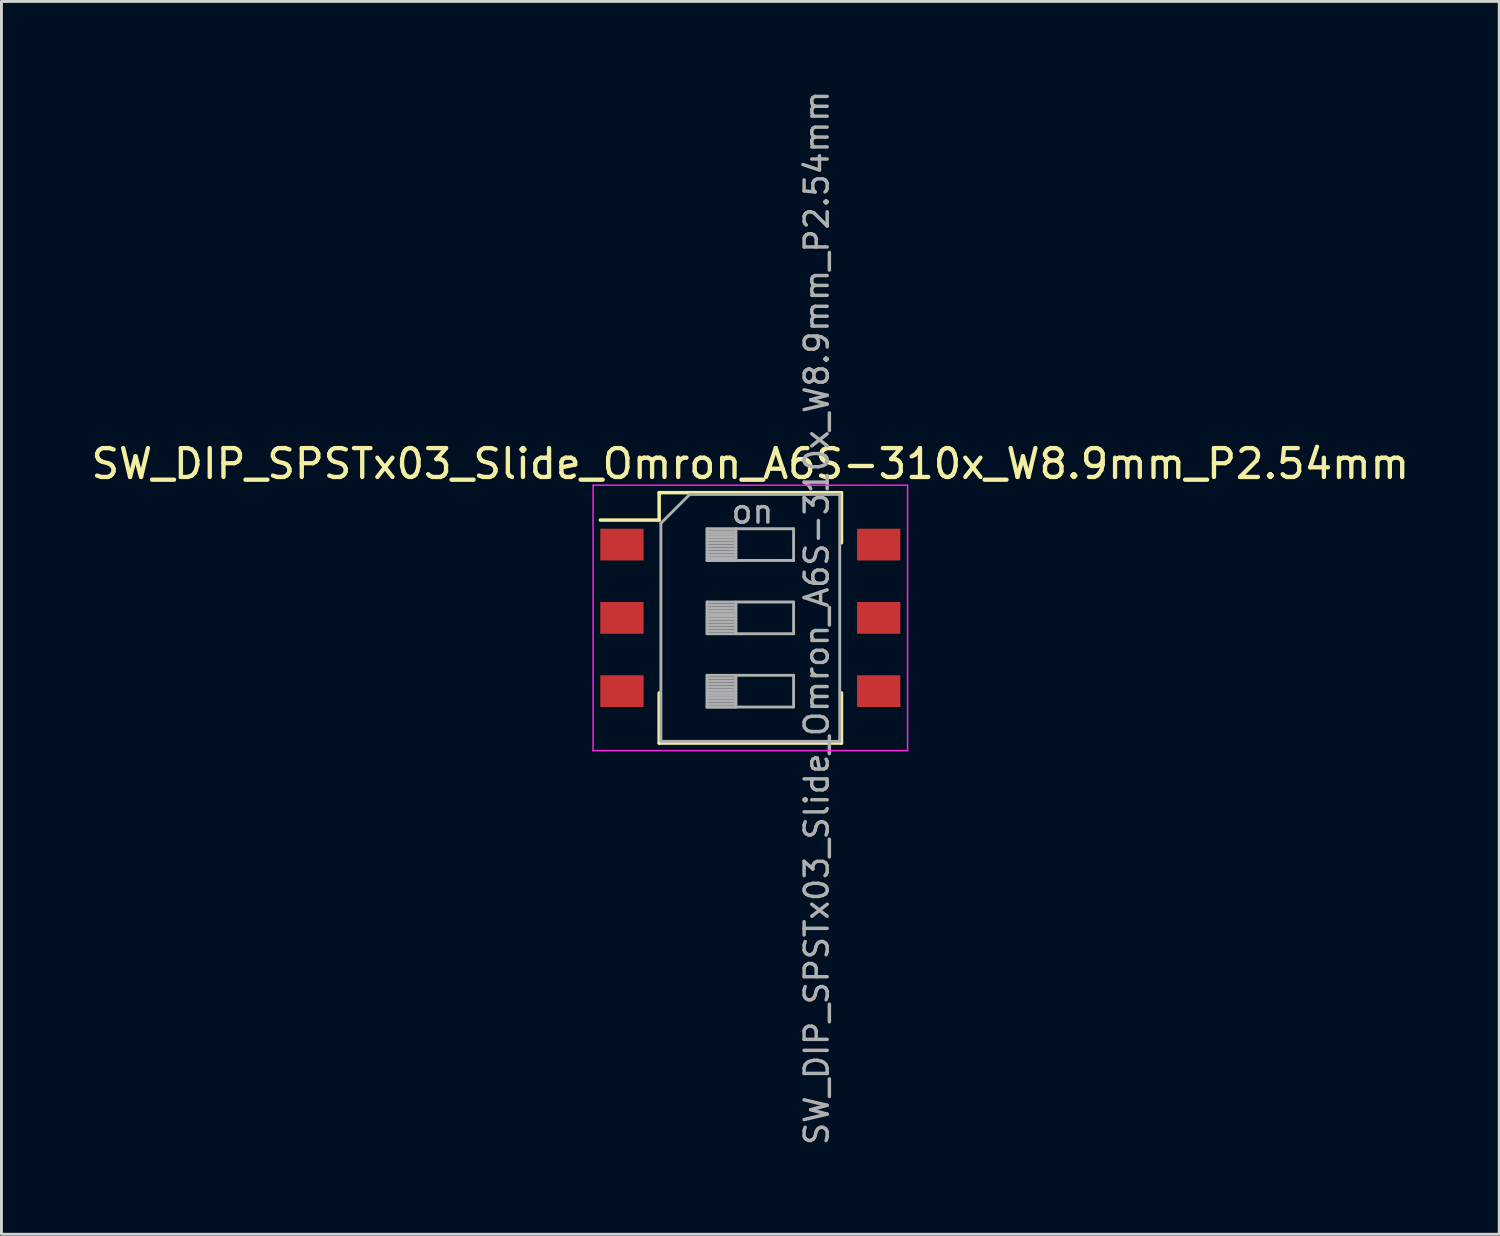
<source format=kicad_pcb>
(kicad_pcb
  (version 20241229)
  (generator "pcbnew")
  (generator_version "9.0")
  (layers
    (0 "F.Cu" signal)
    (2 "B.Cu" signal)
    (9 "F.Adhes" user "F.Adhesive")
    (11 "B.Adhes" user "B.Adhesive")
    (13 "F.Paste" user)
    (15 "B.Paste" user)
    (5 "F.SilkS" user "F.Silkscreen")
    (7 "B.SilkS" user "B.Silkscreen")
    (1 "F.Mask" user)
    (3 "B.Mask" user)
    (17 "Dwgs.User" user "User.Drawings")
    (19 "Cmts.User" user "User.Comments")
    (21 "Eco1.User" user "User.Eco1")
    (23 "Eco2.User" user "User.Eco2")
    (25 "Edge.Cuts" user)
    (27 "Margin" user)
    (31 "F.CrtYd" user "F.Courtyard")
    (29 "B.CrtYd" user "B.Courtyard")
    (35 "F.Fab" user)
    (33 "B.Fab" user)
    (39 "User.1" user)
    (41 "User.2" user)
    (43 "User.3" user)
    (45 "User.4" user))
  (footprint "SW_DIP_SPSTx03_Slide_Omron_A6S-310x_W8.9mm_P2.54mm"
    (layer "F.Cu")
    (at 22.958 18.367)
    (property "Reference" "SW_DIP_SPSTx03_Slide_Omron_A6S-310x_W8.9mm_P2.54mm" (at 0 -5.34 0) (layer "F.SilkS") (effects (font (size 1 1) (thickness 0.15))))
    (attr smd)
    (fp_line (start -5.2 -3.391) (end -3.16 -3.391) (stroke (width 0.12) (type solid)) (layer "F.SilkS"))
    (fp_line (start -3.16 -4.34) (end -3.16 -3.391) (stroke (width 0.12) (type solid)) (layer "F.SilkS"))
    (fp_line (start -3.16 -4.34) (end 3.16 -4.34) (stroke (width 0.12) (type solid)) (layer "F.SilkS"))
    (fp_line (start -3.16 2.6) (end -3.16 4.34) (stroke (width 0.12) (type solid)) (layer "F.SilkS"))
    (fp_line (start -3.16 4.34) (end 3.16 4.34) (stroke (width 0.12) (type solid)) (layer "F.SilkS"))
    (fp_line (start 3.16 -4.34) (end 3.16 -2.601) (stroke (width 0.12) (type solid)) (layer "F.SilkS"))
    (fp_line (start 3.16 2.6) (end 3.16 4.34) (stroke (width 0.12) (type solid)) (layer "F.SilkS"))
    (fp_line (start -5.45 -4.6) (end -5.45 4.6) (stroke (width 0.05) (type solid)) (layer "F.CrtYd"))
    (fp_line (start -5.45 4.6) (end 5.45 4.6) (stroke (width 0.05) (type solid)) (layer "F.CrtYd"))
    (fp_line (start 5.45 -4.6) (end -5.45 -4.6) (stroke (width 0.05) (type solid)) (layer "F.CrtYd"))
    (fp_line (start 5.45 4.6) (end 5.45 -4.6) (stroke (width 0.05) (type solid)) (layer "F.CrtYd"))
    (fp_line (start -3.1 -3.28) (end -2.1 -4.28) (stroke (width 0.1) (type solid)) (layer "F.Fab"))
    (fp_line (start -3.1 4.28) (end -3.1 -3.28) (stroke (width 0.1) (type solid)) (layer "F.Fab"))
    (fp_line (start -2.1 -4.28) (end 3.1 -4.28) (stroke (width 0.1) (type solid)) (layer "F.Fab"))
    (fp_line (start -1.5 -3.09) (end -1.5 -1.99) (stroke (width 0.1) (type solid)) (layer "F.Fab"))
    (fp_line (start -1.5 -2.99) (end -0.5 -2.99) (stroke (width 0.1) (type solid)) (layer "F.Fab"))
    (fp_line (start -1.5 -2.89) (end -0.5 -2.89) (stroke (width 0.1) (type solid)) (layer "F.Fab"))
    (fp_line (start -1.5 -2.79) (end -0.5 -2.79) (stroke (width 0.1) (type solid)) (layer "F.Fab"))
    (fp_line (start -1.5 -2.69) (end -0.5 -2.69) (stroke (width 0.1) (type solid)) (layer "F.Fab"))
    (fp_line (start -1.5 -2.59) (end -0.5 -2.59) (stroke (width 0.1) (type solid)) (layer "F.Fab"))
    (fp_line (start -1.5 -2.49) (end -0.5 -2.49) (stroke (width 0.1) (type solid)) (layer "F.Fab"))
    (fp_line (start -1.5 -2.39) (end -0.5 -2.39) (stroke (width 0.1) (type solid)) (layer "F.Fab"))
    (fp_line (start -1.5 -2.29) (end -0.5 -2.29) (stroke (width 0.1) (type solid)) (layer "F.Fab"))
    (fp_line (start -1.5 -2.19) (end -0.5 -2.19) (stroke (width 0.1) (type solid)) (layer "F.Fab"))
    (fp_line (start -1.5 -2.09) (end -0.5 -2.09) (stroke (width 0.1) (type solid)) (layer "F.Fab"))
    (fp_line (start -1.5 -1.99) (end -0.5 -1.99) (stroke (width 0.1) (type solid)) (layer "F.Fab"))
    (fp_line (start -1.5 -1.99) (end 1.5 -1.99) (stroke (width 0.1) (type solid)) (layer "F.Fab"))
    (fp_line (start -1.5 -0.55) (end -1.5 0.55) (stroke (width 0.1) (type solid)) (layer "F.Fab"))
    (fp_line (start -1.5 -0.45) (end -0.5 -0.45) (stroke (width 0.1) (type solid)) (layer "F.Fab"))
    (fp_line (start -1.5 -0.35) (end -0.5 -0.35) (stroke (width 0.1) (type solid)) (layer "F.Fab"))
    (fp_line (start -1.5 -0.25) (end -0.5 -0.25) (stroke (width 0.1) (type solid)) (layer "F.Fab"))
    (fp_line (start -1.5 -0.15) (end -0.5 -0.15) (stroke (width 0.1) (type solid)) (layer "F.Fab"))
    (fp_line (start -1.5 -0.05) (end -0.5 -0.05) (stroke (width 0.1) (type solid)) (layer "F.Fab"))
    (fp_line (start -1.5 0.05) (end -0.5 0.05) (stroke (width 0.1) (type solid)) (layer "F.Fab"))
    (fp_line (start -1.5 0.15) (end -0.5 0.15) (stroke (width 0.1) (type solid)) (layer "F.Fab"))
    (fp_line (start -1.5 0.25) (end -0.5 0.25) (stroke (width 0.1) (type solid)) (layer "F.Fab"))
    (fp_line (start -1.5 0.35) (end -0.5 0.35) (stroke (width 0.1) (type solid)) (layer "F.Fab"))
    (fp_line (start -1.5 0.45) (end -0.5 0.45) (stroke (width 0.1) (type solid)) (layer "F.Fab"))
    (fp_line (start -1.5 0.55) (end 1.5 0.55) (stroke (width 0.1) (type solid)) (layer "F.Fab"))
    (fp_line (start -1.5 1.99) (end -1.5 3.09) (stroke (width 0.1) (type solid)) (layer "F.Fab"))
    (fp_line (start -1.5 2.09) (end -0.5 2.09) (stroke (width 0.1) (type solid)) (layer "F.Fab"))
    (fp_line (start -1.5 2.19) (end -0.5 2.19) (stroke (width 0.1) (type solid)) (layer "F.Fab"))
    (fp_line (start -1.5 2.29) (end -0.5 2.29) (stroke (width 0.1) (type solid)) (layer "F.Fab"))
    (fp_line (start -1.5 2.39) (end -0.5 2.39) (stroke (width 0.1) (type solid)) (layer "F.Fab"))
    (fp_line (start -1.5 2.49) (end -0.5 2.49) (stroke (width 0.1) (type solid)) (layer "F.Fab"))
    (fp_line (start -1.5 2.59) (end -0.5 2.59) (stroke (width 0.1) (type solid)) (layer "F.Fab"))
    (fp_line (start -1.5 2.69) (end -0.5 2.69) (stroke (width 0.1) (type solid)) (layer "F.Fab"))
    (fp_line (start -1.5 2.79) (end -0.5 2.79) (stroke (width 0.1) (type solid)) (layer "F.Fab"))
    (fp_line (start -1.5 2.89) (end -0.5 2.89) (stroke (width 0.1) (type solid)) (layer "F.Fab"))
    (fp_line (start -1.5 2.99) (end -0.5 2.99) (stroke (width 0.1) (type solid)) (layer "F.Fab"))
    (fp_line (start -1.5 3.09) (end -0.5 3.09) (stroke (width 0.1) (type solid)) (layer "F.Fab"))
    (fp_line (start -1.5 3.09) (end 1.5 3.09) (stroke (width 0.1) (type solid)) (layer "F.Fab"))
    (fp_line (start -0.5 -3.09) (end -0.5 -1.99) (stroke (width 0.1) (type solid)) (layer "F.Fab"))
    (fp_line (start -0.5 -0.55) (end -0.5 0.55) (stroke (width 0.1) (type solid)) (layer "F.Fab"))
    (fp_line (start -0.5 1.99) (end -0.5 3.09) (stroke (width 0.1) (type solid)) (layer "F.Fab"))
    (fp_line (start 1.5 -3.09) (end -1.5 -3.09) (stroke (width 0.1) (type solid)) (layer "F.Fab"))
    (fp_line (start 1.5 -1.99) (end 1.5 -3.09) (stroke (width 0.1) (type solid)) (layer "F.Fab"))
    (fp_line (start 1.5 -0.55) (end -1.5 -0.55) (stroke (width 0.1) (type solid)) (layer "F.Fab"))
    (fp_line (start 1.5 0.55) (end 1.5 -0.55) (stroke (width 0.1) (type solid)) (layer "F.Fab"))
    (fp_line (start 1.5 1.99) (end -1.5 1.99) (stroke (width 0.1) (type solid)) (layer "F.Fab"))
    (fp_line (start 1.5 3.09) (end 1.5 1.99) (stroke (width 0.1) (type solid)) (layer "F.Fab"))
    (fp_line (start 3.1 -4.28) (end 3.1 4.28) (stroke (width 0.1) (type solid)) (layer "F.Fab"))
    (fp_line (start 3.1 4.28) (end -3.1 4.28) (stroke (width 0.1) (type solid)) (layer "F.Fab"))
    (fp_text user "${REFERENCE}" (at 2.3 0 90) (layer "F.Fab") (effects (font (size 0.8 0.8) (thickness 0.12))))
    (fp_text user "on" (at 0.075 -3.685 0) (layer "F.Fab") (effects (font (size 0.8 0.8) (thickness 0.12))))
    (pad "1" smd rect (at -4.45 -2.54) (size 1.5 1.1) (layers "F.Cu" "F.Mask" "F.Paste"))
    (pad "2" smd rect (at -4.45 0) (size 1.5 1.1) (layers "F.Cu" "F.Mask" "F.Paste"))
    (pad "3" smd rect (at -4.45 2.54) (size 1.5 1.1) (layers "F.Cu" "F.Mask" "F.Paste"))
    (pad "4" smd rect (at 4.45 2.54) (size 1.5 1.1) (layers "F.Cu" "F.Mask" "F.Paste"))
    (pad "5" smd rect (at 4.45 0) (size 1.5 1.1) (layers "F.Cu" "F.Mask" "F.Paste"))
    (pad "6" smd rect (at 4.45 -2.54) (size 1.5 1.1) (layers "F.Cu" "F.Mask" "F.Paste")))
  (gr_rect
    (start -3 -3)
    (end 48.917 39.733)
    (stroke (width 0.1) (type default))
    (fill no)
    (layer "Edge.Cuts")))
</source>
